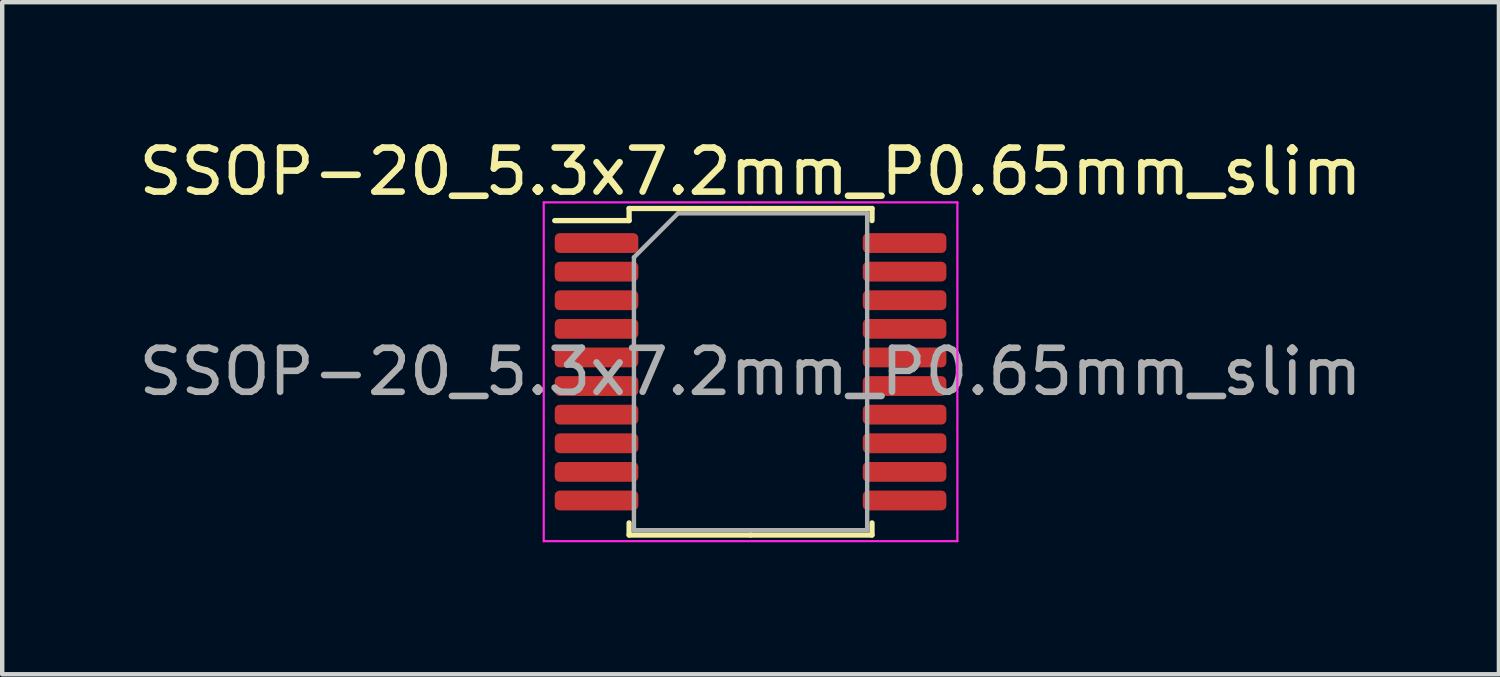
<source format=kicad_pcb>
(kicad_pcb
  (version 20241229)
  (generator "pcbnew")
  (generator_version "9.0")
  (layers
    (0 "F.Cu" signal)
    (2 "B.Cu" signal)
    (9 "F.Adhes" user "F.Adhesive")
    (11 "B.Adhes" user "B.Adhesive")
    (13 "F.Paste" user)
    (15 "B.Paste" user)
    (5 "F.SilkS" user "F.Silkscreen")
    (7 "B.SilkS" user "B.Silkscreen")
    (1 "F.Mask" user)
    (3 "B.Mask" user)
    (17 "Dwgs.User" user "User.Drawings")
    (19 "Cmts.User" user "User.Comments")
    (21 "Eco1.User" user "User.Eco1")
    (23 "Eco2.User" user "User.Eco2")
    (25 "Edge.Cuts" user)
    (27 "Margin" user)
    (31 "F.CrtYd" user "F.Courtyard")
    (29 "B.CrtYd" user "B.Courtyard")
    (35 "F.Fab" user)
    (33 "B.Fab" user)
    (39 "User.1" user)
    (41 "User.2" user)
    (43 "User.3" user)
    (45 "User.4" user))
  (footprint "SSOP-20_5.3x7.2mm_P0.65mm_slim"
    (layer "F.Cu")
    (at 14.006 5.398)
    (property "Reference" "SSOP-20_5.3x7.2mm_P0.65mm_slim" (at 0 -4.55 0) (layer "F.SilkS") (effects (font (size 1 1) (thickness 0.15))))
    (attr smd)
    (fp_line (start -2.76 -3.71) (end -2.76 -3.435) (stroke (width 0.12) (type solid)) (layer "F.SilkS"))
    (fp_line (start -2.76 -3.435) (end -4.45 -3.435) (stroke (width 0.12) (type solid)) (layer "F.SilkS"))
    (fp_line (start -2.76 3.71) (end -2.76 3.435) (stroke (width 0.12) (type solid)) (layer "F.SilkS"))
    (fp_line (start 0 -3.71) (end -2.76 -3.71) (stroke (width 0.12) (type solid)) (layer "F.SilkS"))
    (fp_line (start 0 -3.71) (end 2.76 -3.71) (stroke (width 0.12) (type solid)) (layer "F.SilkS"))
    (fp_line (start 0 3.71) (end -2.76 3.71) (stroke (width 0.12) (type solid)) (layer "F.SilkS"))
    (fp_line (start 0 3.71) (end 2.76 3.71) (stroke (width 0.12) (type solid)) (layer "F.SilkS"))
    (fp_line (start 2.76 -3.71) (end 2.76 -3.435) (stroke (width 0.12) (type solid)) (layer "F.SilkS"))
    (fp_line (start 2.76 3.71) (end 2.76 3.435) (stroke (width 0.12) (type solid)) (layer "F.SilkS"))
    (fp_line (start -4.7 -3.85) (end -4.7 3.85) (stroke (width 0.05) (type solid)) (layer "F.CrtYd"))
    (fp_line (start -4.7 3.85) (end 4.7 3.85) (stroke (width 0.05) (type solid)) (layer "F.CrtYd"))
    (fp_line (start 4.7 -3.85) (end -4.7 -3.85) (stroke (width 0.05) (type solid)) (layer "F.CrtYd"))
    (fp_line (start 4.7 3.85) (end 4.7 -3.85) (stroke (width 0.05) (type solid)) (layer "F.CrtYd"))
    (fp_line (start -2.65 -2.6) (end -1.65 -3.6) (stroke (width 0.1) (type solid)) (layer "F.Fab"))
    (fp_line (start -2.65 3.6) (end -2.65 -2.6) (stroke (width 0.1) (type solid)) (layer "F.Fab"))
    (fp_line (start -1.65 -3.6) (end 2.65 -3.6) (stroke (width 0.1) (type solid)) (layer "F.Fab"))
    (fp_line (start 2.65 -3.6) (end 2.65 3.6) (stroke (width 0.1) (type solid)) (layer "F.Fab"))
    (fp_line (start 2.65 3.6) (end -2.65 3.6) (stroke (width 0.1) (type solid)) (layer "F.Fab"))
    (fp_text user "${REFERENCE}" (at 0 0 0) (layer "F.Fab") (effects (font (size 1 1) (thickness 0.15))))
    (pad "1" smd roundrect (at -3.5 -2.925) (size 1.9 0.45) (layers "F.Cu" "F.Mask" "F.Paste") (roundrect_rratio 0.25))
    (pad "2" smd roundrect (at -3.5 -2.275) (size 1.9 0.45) (layers "F.Cu" "F.Mask" "F.Paste") (roundrect_rratio 0.25))
    (pad "3" smd roundrect (at -3.5 -1.625) (size 1.9 0.45) (layers "F.Cu" "F.Mask" "F.Paste") (roundrect_rratio 0.25))
    (pad "4" smd roundrect (at -3.5 -0.975) (size 1.9 0.45) (layers "F.Cu" "F.Mask" "F.Paste") (roundrect_rratio 0.25))
    (pad "5" smd roundrect (at -3.5 -0.325) (size 1.9 0.45) (layers "F.Cu" "F.Mask" "F.Paste") (roundrect_rratio 0.25))
    (pad "6" smd roundrect (at -3.5 0.325) (size 1.9 0.45) (layers "F.Cu" "F.Mask" "F.Paste") (roundrect_rratio 0.25))
    (pad "7" smd roundrect (at -3.5 0.975) (size 1.9 0.45) (layers "F.Cu" "F.Mask" "F.Paste") (roundrect_rratio 0.25))
    (pad "8" smd roundrect (at -3.5 1.625) (size 1.9 0.45) (layers "F.Cu" "F.Mask" "F.Paste") (roundrect_rratio 0.25))
    (pad "9" smd roundrect (at -3.5 2.275) (size 1.9 0.45) (layers "F.Cu" "F.Mask" "F.Paste") (roundrect_rratio 0.25))
    (pad "10" smd roundrect (at -3.5 2.925) (size 1.9 0.45) (layers "F.Cu" "F.Mask" "F.Paste") (roundrect_rratio 0.25))
    (pad "11" smd roundrect (at 3.5 2.925) (size 1.9 0.45) (layers "F.Cu" "F.Mask" "F.Paste") (roundrect_rratio 0.25))
    (pad "12" smd roundrect (at 3.5 2.275) (size 1.9 0.45) (layers "F.Cu" "F.Mask" "F.Paste") (roundrect_rratio 0.25))
    (pad "13" smd roundrect (at 3.5 1.625) (size 1.9 0.45) (layers "F.Cu" "F.Mask" "F.Paste") (roundrect_rratio 0.25))
    (pad "14" smd roundrect (at 3.5 0.975) (size 1.9 0.45) (layers "F.Cu" "F.Mask" "F.Paste") (roundrect_rratio 0.25))
    (pad "15" smd roundrect (at 3.5 0.325) (size 1.9 0.45) (layers "F.Cu" "F.Mask" "F.Paste") (roundrect_rratio 0.25))
    (pad "16" smd roundrect (at 3.5 -0.325) (size 1.9 0.45) (layers "F.Cu" "F.Mask" "F.Paste") (roundrect_rratio 0.25))
    (pad "17" smd roundrect (at 3.5 -0.975) (size 1.9 0.45) (layers "F.Cu" "F.Mask" "F.Paste") (roundrect_rratio 0.25))
    (pad "18" smd roundrect (at 3.5 -1.625) (size 1.9 0.45) (layers "F.Cu" "F.Mask" "F.Paste") (roundrect_rratio 0.25))
    (pad "19" smd roundrect (at 3.5 -2.275) (size 1.9 0.45) (layers "F.Cu" "F.Mask" "F.Paste") (roundrect_rratio 0.25))
    (pad "20" smd roundrect (at 3.5 -2.925) (size 1.9 0.45) (layers "F.Cu" "F.Mask" "F.Paste") (roundrect_rratio 0.25)))
  (gr_rect
    (start -3 -3)
    (end 31.012 12.273)
    (stroke (width 0.1) (type default))
    (fill no)
    (layer "Edge.Cuts")))
</source>
